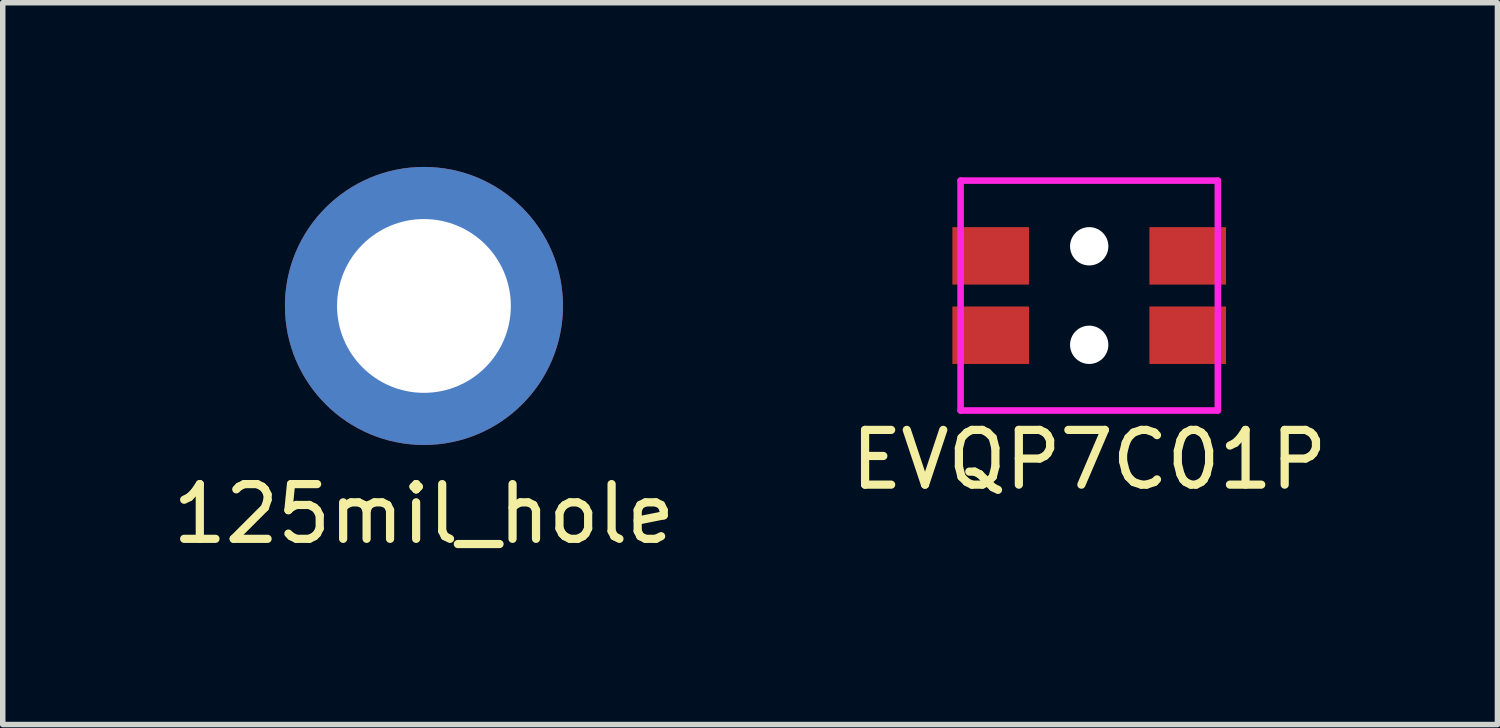
<source format=kicad_pcb>
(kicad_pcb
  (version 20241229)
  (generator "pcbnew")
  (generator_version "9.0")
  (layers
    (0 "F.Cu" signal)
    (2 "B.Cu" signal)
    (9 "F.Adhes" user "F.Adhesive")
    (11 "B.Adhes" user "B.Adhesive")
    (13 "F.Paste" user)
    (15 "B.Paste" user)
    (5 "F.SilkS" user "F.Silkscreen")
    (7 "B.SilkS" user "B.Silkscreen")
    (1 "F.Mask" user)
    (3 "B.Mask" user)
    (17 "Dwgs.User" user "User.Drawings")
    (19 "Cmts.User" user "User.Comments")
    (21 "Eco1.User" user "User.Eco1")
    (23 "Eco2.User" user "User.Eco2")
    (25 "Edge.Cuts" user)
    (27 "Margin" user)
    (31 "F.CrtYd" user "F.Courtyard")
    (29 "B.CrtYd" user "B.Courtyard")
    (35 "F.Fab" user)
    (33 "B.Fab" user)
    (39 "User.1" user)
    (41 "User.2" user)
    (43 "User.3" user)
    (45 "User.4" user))
  (footprint "EVQP7C01P"
    (layer "F.Cu")
    (at 16.851 0.25)
    (property "Reference" "EVQP7C01P" (at 0 5.1 0) (layer "F.SilkS") (effects (font (size 1 1) (thickness 0.15))))
    (attr through_hole)
    (fp_line (start -2.35 0) (end 2.35 0) (stroke (width 0.254) (type solid)) (layer "Eco1.User"))
    (fp_line (start -2.35 0) (end -2.35 4.2) (stroke (width 0.12) (type solid)) (layer "F.CrtYd"))
    (fp_line (start -2.35 0) (end 2.35 0) (stroke (width 0.12) (type solid)) (layer "F.CrtYd"))
    (fp_line (start 2.35 4.2) (end -2.35 4.2) (stroke (width 0.12) (type solid)) (layer "F.CrtYd"))
    (fp_line (start 2.35 4.2) (end 2.35 0) (stroke (width 0.12) (type solid)) (layer "F.CrtYd"))
    (pad "" np_thru_hole circle (at 0 1.2) (size 0.7 0.7) (drill 0.7) (layers "*.Cu" "*.Mask"))
    (pad "" np_thru_hole circle (at 0 3) (size 0.7 0.7) (drill 0.7) (layers "*.Cu" "*.Mask"))
    (pad "1" smd rect (at -1.8 1.375) (size 1.4 1.05) (layers "F.Cu" "F.Mask" "F.Paste"))
    (pad "1" smd rect (at 1.8 1.375 180) (size 1.4 1.05) (layers "F.Cu" "F.Mask" "F.Paste"))
    (pad "2" smd rect (at -1.8 2.825) (size 1.4 1.05) (layers "F.Cu" "F.Mask" "F.Paste"))
    (pad "2" smd rect (at 1.8 2.825 180) (size 1.4 1.05) (layers "F.Cu" "F.Mask" "F.Paste")))
  (footprint "125mil_hole"
    (layer "F.Cu")
    (at 4.696 2.54)
    (property "Reference" "125mil_hole" (at 0 3.8 0) (layer "F.SilkS") (effects (font (size 1 1) (thickness 0.15))))
    (attr through_hole)
    (pad "1" thru_hole circle (at 0 0 180) (size 5.08 5.08) (drill 3.175) (layers "*.Cu" "*.Mask")))
  (gr_rect
    (start -3 -3)
    (end 24.31 10.188)
    (stroke (width 0.1) (type default))
    (fill no)
    (layer "Edge.Cuts")))
</source>
